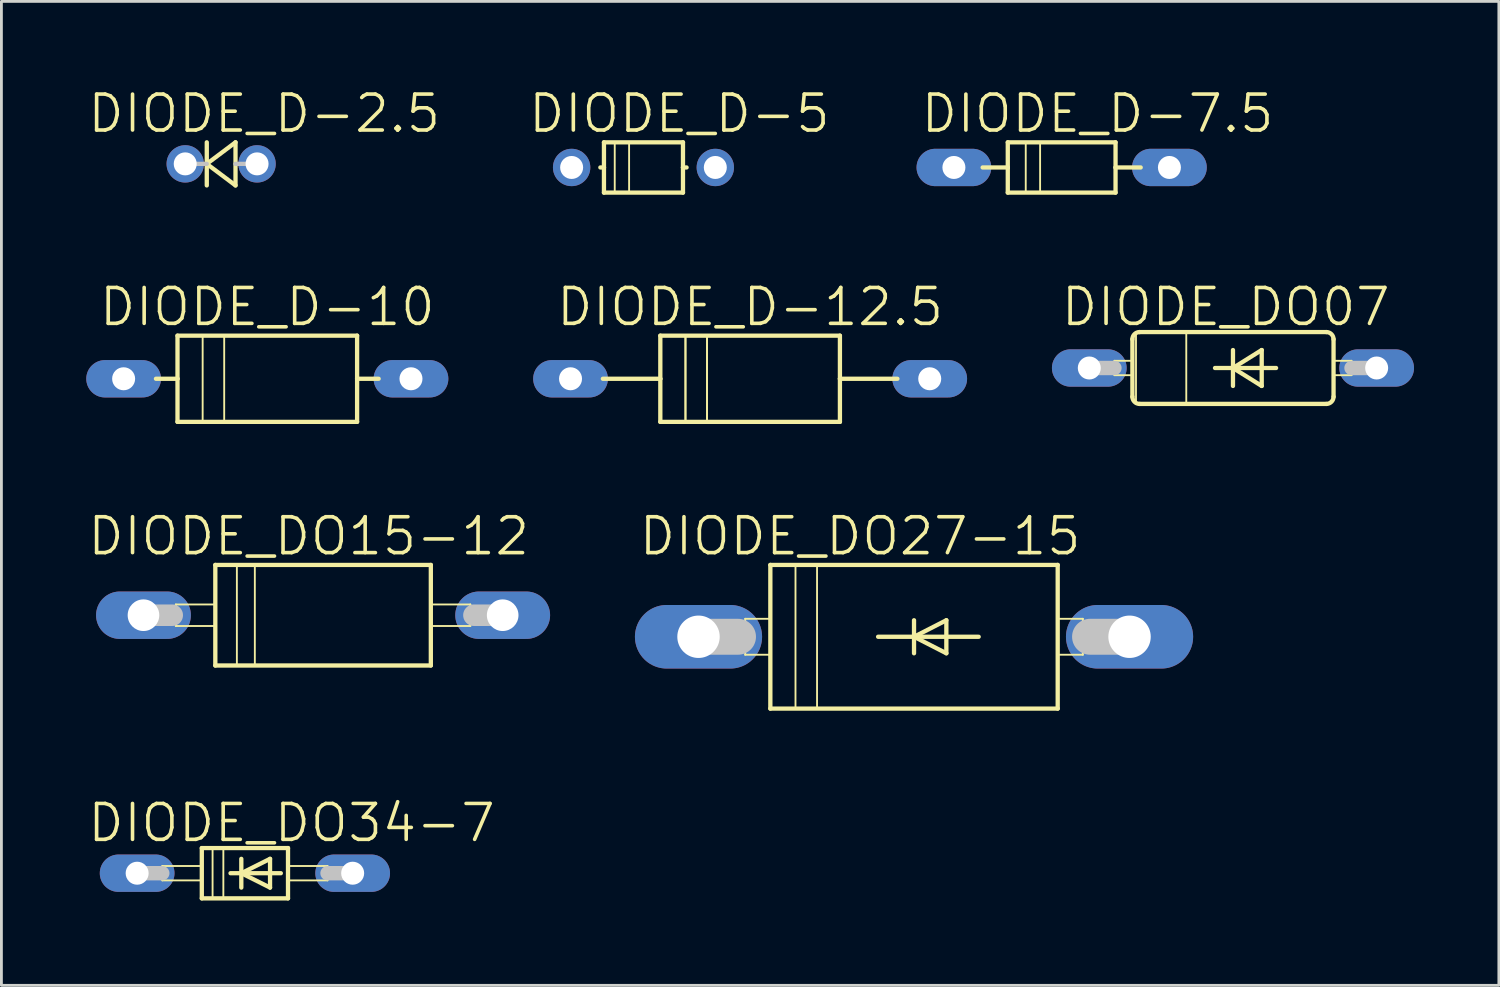
<source format=kicad_pcb>
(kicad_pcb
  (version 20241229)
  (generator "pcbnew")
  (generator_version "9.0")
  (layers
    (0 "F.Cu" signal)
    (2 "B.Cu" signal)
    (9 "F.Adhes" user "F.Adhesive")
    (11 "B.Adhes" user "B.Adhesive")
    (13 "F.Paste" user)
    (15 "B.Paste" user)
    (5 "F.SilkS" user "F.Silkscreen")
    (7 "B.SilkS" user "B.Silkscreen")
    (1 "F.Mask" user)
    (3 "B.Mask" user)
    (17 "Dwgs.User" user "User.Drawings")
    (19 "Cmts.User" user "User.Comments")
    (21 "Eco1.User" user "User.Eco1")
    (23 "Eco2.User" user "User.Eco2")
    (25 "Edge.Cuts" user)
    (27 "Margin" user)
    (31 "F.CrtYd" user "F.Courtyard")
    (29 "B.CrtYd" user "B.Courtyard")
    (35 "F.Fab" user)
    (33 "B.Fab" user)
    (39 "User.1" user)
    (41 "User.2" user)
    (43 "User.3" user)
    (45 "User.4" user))
  (footprint "DIODE_D-12.5"
    (layer "F.Cu")
    (at 23.472 10.342)
    (property "Reference" "DIODE_D-12.5" (at 0 -2.54 0) (layer "F.SilkS") (effects (font (size 1.27 1.27) (thickness 0.127))))
    (attr exclude_from_pos_files exclude_from_bom)
    (fp_line (start -3.175 -1.524) (end -3.175 0) (stroke (width 0.152) (type solid)) (layer "F.SilkS"))
    (fp_line (start -3.175 0) (end -5.207 0) (stroke (width 0.152) (type solid)) (layer "F.SilkS"))
    (fp_line (start -3.175 0) (end -3.175 1.524) (stroke (width 0.152) (type solid)) (layer "F.SilkS"))
    (fp_line (start -3.175 1.524) (end 3.175 1.524) (stroke (width 0.152) (type solid)) (layer "F.SilkS"))
    (fp_line (start -2.286 -1.524) (end -1.524 -1.524) (stroke (width 0.066) (type solid)) (layer "F.SilkS"))
    (fp_line (start -2.286 -1.524) (end -1.524 -1.524) (stroke (width 0.066) (type solid)) (layer "F.SilkS"))
    (fp_line (start -2.286 1.524) (end -2.286 -1.524) (stroke (width 0.066) (type solid)) (layer "F.SilkS"))
    (fp_line (start -2.286 1.524) (end -2.286 -1.524) (stroke (width 0.066) (type solid)) (layer "F.SilkS"))
    (fp_line (start -2.286 1.524) (end -1.524 1.524) (stroke (width 0.066) (type solid)) (layer "F.SilkS"))
    (fp_line (start -2.286 1.524) (end -1.524 1.524) (stroke (width 0.066) (type solid)) (layer "F.SilkS"))
    (fp_line (start -1.524 1.524) (end -1.524 -1.524) (stroke (width 0.066) (type solid)) (layer "F.SilkS"))
    (fp_line (start -1.524 1.524) (end -1.524 -1.524) (stroke (width 0.066) (type solid)) (layer "F.SilkS"))
    (fp_line (start 3.175 -1.524) (end -3.175 -1.524) (stroke (width 0.152) (type solid)) (layer "F.SilkS"))
    (fp_line (start 3.175 0) (end 3.175 -1.524) (stroke (width 0.152) (type solid)) (layer "F.SilkS"))
    (fp_line (start 3.175 1.524) (end 3.175 0) (stroke (width 0.152) (type solid)) (layer "F.SilkS"))
    (fp_line (start 5.207 0) (end 3.175 0) (stroke (width 0.152) (type solid)) (layer "F.SilkS"))
    (pad "A" thru_hole oval (at 6.35 0 90) (size 1.321 2.642) (drill 0.813) (layers "*.Cu" "*.Paste" "*.Mask"))
    (pad "C" thru_hole oval (at -6.35 0 90) (size 1.321 2.642) (drill 0.813) (layers "*.Cu" "*.Paste" "*.Mask")))
  (footprint "DIODE_D-2.5"
    (layer "F.Cu")
    (at 4.769 2.744)
    (property "Reference" "DIODE_D-2.5" (at 1.524 -1.778 0) (layer "F.SilkS") (effects (font (size 1.27 1.27) (thickness 0.127))))
    (attr exclude_from_pos_files exclude_from_bom)
    (fp_line (start -0.508 -0.762) (end -0.508 0) (stroke (width 0.152) (type solid)) (layer "F.SilkS"))
    (fp_line (start -0.508 0) (end -0.508 0.762) (stroke (width 0.152) (type solid)) (layer "F.SilkS"))
    (fp_line (start -0.508 0) (end 0.508 0.762) (stroke (width 0.152) (type solid)) (layer "F.SilkS"))
    (fp_line (start 0.508 -0.762) (end -0.508 0) (stroke (width 0.152) (type solid)) (layer "F.SilkS"))
    (fp_line (start 0.508 0.762) (end 0.508 -0.762) (stroke (width 0.152) (type solid)) (layer "F.SilkS"))
    (fp_line (start -0.508 0) (end -1.27 0) (stroke (width 0.152) (type solid)) (layer "Dwgs.User"))
    (fp_line (start 1.27 0) (end 0.508 0) (stroke (width 0.152) (type solid)) (layer "Dwgs.User"))
    (pad "A" thru_hole circle (at 1.27 0) (size 1.321 1.321) (drill 0.813) (layers "*.Cu" "*.Paste" "*.Mask"))
    (pad "C" thru_hole circle (at -1.27 0) (size 1.321 1.321) (drill 0.813) (layers "*.Cu" "*.Paste" "*.Mask")))
  (footprint "DIODE_DO27-15"
    (layer "F.Cu")
    (at 29.267 19.464)
    (property "Reference" "DIODE_DO27-15" (at -1.905 -3.556 0) (layer "F.SilkS") (effects (font (size 1.27 1.27) (thickness 0.127))))
    (attr exclude_from_pos_files exclude_from_bom)
    (fp_line (start -5.969 -0.635) (end -5.08 -0.635) (stroke (width 0.066) (type solid)) (layer "F.SilkS"))
    (fp_line (start -5.969 0.635) (end -5.969 -0.635) (stroke (width 0.066) (type solid)) (layer "F.SilkS"))
    (fp_line (start -5.969 0.635) (end -5.08 0.635) (stroke (width 0.066) (type solid)) (layer "F.SilkS"))
    (fp_line (start -5.08 -2.54) (end 5.08 -2.54) (stroke (width 0.152) (type solid)) (layer "F.SilkS"))
    (fp_line (start -5.08 0.635) (end -5.08 -0.635) (stroke (width 0.066) (type solid)) (layer "F.SilkS"))
    (fp_line (start -5.08 2.54) (end -5.08 -2.54) (stroke (width 0.152) (type solid)) (layer "F.SilkS"))
    (fp_line (start -4.191 -2.54) (end -3.429 -2.54) (stroke (width 0.066) (type solid)) (layer "F.SilkS"))
    (fp_line (start -4.191 2.54) (end -4.191 -2.54) (stroke (width 0.066) (type solid)) (layer "F.SilkS"))
    (fp_line (start -4.191 2.54) (end -3.429 2.54) (stroke (width 0.066) (type solid)) (layer "F.SilkS"))
    (fp_line (start -3.429 2.54) (end -3.429 -2.54) (stroke (width 0.066) (type solid)) (layer "F.SilkS"))
    (fp_line (start -1.27 0) (end 0 0) (stroke (width 0.152) (type solid)) (layer "F.SilkS"))
    (fp_line (start 0 -0.584) (end 0 0) (stroke (width 0.152) (type solid)) (layer "F.SilkS"))
    (fp_line (start 0 0) (end 0 0.584) (stroke (width 0.152) (type solid)) (layer "F.SilkS"))
    (fp_line (start 0 0) (end 1.143 -0.584) (stroke (width 0.152) (type solid)) (layer "F.SilkS"))
    (fp_line (start 0 0) (end 2.286 0) (stroke (width 0.152) (type solid)) (layer "F.SilkS"))
    (fp_line (start 1.143 -0.584) (end 1.143 0.584) (stroke (width 0.152) (type solid)) (layer "F.SilkS"))
    (fp_line (start 1.143 0.584) (end 0 0) (stroke (width 0.152) (type solid)) (layer "F.SilkS"))
    (fp_line (start 5.08 -2.54) (end 5.08 2.54) (stroke (width 0.152) (type solid)) (layer "F.SilkS"))
    (fp_line (start 5.08 -0.635) (end 5.969 -0.635) (stroke (width 0.066) (type solid)) (layer "F.SilkS"))
    (fp_line (start 5.08 0.635) (end 5.08 -0.635) (stroke (width 0.066) (type solid)) (layer "F.SilkS"))
    (fp_line (start 5.08 0.635) (end 5.969 0.635) (stroke (width 0.066) (type solid)) (layer "F.SilkS"))
    (fp_line (start 5.08 2.54) (end -5.08 2.54) (stroke (width 0.152) (type solid)) (layer "F.SilkS"))
    (fp_line (start 5.969 0.635) (end 5.969 -0.635) (stroke (width 0.066) (type solid)) (layer "F.SilkS"))
    (fp_line (start -7.62 0) (end -6.223 0) (stroke (width 1.27) (type solid)) (layer "Dwgs.User"))
    (fp_line (start 7.62 0) (end 6.223 0) (stroke (width 1.27) (type solid)) (layer "Dwgs.User"))
    (pad "A" thru_hole oval (at 7.62 0 90) (size 2.248 4.496) (drill 1.499) (layers "*.Cu" "*.Paste" "*.Mask"))
    (pad "C" thru_hole oval (at -7.62 0 90) (size 2.248 4.496) (drill 1.499) (layers "*.Cu" "*.Paste" "*.Mask")))
  (footprint "DIODE_D-5"
    (layer "F.Cu")
    (at 19.701 2.871)
    (property "Reference" "DIODE_D-5" (at 1.27 -1.905 0) (layer "F.SilkS") (effects (font (size 1.27 1.27) (thickness 0.127))))
    (attr exclude_from_pos_files exclude_from_bom)
    (fp_line (start -1.397 -0.889) (end -1.397 0) (stroke (width 0.152) (type solid)) (layer "F.SilkS"))
    (fp_line (start -1.397 0) (end -1.524 0) (stroke (width 0.152) (type solid)) (layer "F.SilkS"))
    (fp_line (start -1.397 0) (end -1.397 0.889) (stroke (width 0.152) (type solid)) (layer "F.SilkS"))
    (fp_line (start -1.397 0.889) (end 1.397 0.889) (stroke (width 0.152) (type solid)) (layer "F.SilkS"))
    (fp_line (start -1.016 -0.889) (end -0.508 -0.889) (stroke (width 0.066) (type solid)) (layer "F.SilkS"))
    (fp_line (start -1.016 0.889) (end -1.016 -0.889) (stroke (width 0.066) (type solid)) (layer "F.SilkS"))
    (fp_line (start -1.016 0.889) (end -0.508 0.889) (stroke (width 0.066) (type solid)) (layer "F.SilkS"))
    (fp_line (start -0.508 0.889) (end -0.508 -0.889) (stroke (width 0.066) (type solid)) (layer "F.SilkS"))
    (fp_line (start 1.397 -0.889) (end -1.397 -0.889) (stroke (width 0.152) (type solid)) (layer "F.SilkS"))
    (fp_line (start 1.397 0) (end 1.397 -0.889) (stroke (width 0.152) (type solid)) (layer "F.SilkS"))
    (fp_line (start 1.397 0.889) (end 1.397 0) (stroke (width 0.152) (type solid)) (layer "F.SilkS"))
    (fp_line (start 1.524 0) (end 1.397 0) (stroke (width 0.152) (type solid)) (layer "F.SilkS"))
    (pad "A" thru_hole circle (at 2.54 0) (size 1.321 1.321) (drill 0.813) (layers "*.Cu" "*.Paste" "*.Mask"))
    (pad "C" thru_hole circle (at -2.54 0) (size 1.321 1.321) (drill 0.813) (layers "*.Cu" "*.Paste" "*.Mask")))
  (footprint "DIODE_DO15-12"
    (layer "F.Cu")
    (at 8.373 18.702)
    (property "Reference" "DIODE_DO15-12" (at -0.508 -2.794 0) (layer "F.SilkS") (effects (font (size 1.27 1.27) (thickness 0.127))))
    (attr exclude_from_pos_files exclude_from_bom)
    (fp_line (start -5.207 -0.381) (end -3.81 -0.381) (stroke (width 0.066) (type solid)) (layer "F.SilkS"))
    (fp_line (start -5.207 0.381) (end -5.207 -0.381) (stroke (width 0.066) (type solid)) (layer "F.SilkS"))
    (fp_line (start -5.207 0.381) (end -3.81 0.381) (stroke (width 0.066) (type solid)) (layer "F.SilkS"))
    (fp_line (start -3.81 -1.778) (end -3.81 1.778) (stroke (width 0.152) (type solid)) (layer "F.SilkS"))
    (fp_line (start -3.81 0.381) (end -3.81 -0.381) (stroke (width 0.066) (type solid)) (layer "F.SilkS"))
    (fp_line (start -3.81 1.778) (end 3.81 1.778) (stroke (width 0.152) (type solid)) (layer "F.SilkS"))
    (fp_line (start -3.048 -1.778) (end -2.413 -1.778) (stroke (width 0.066) (type solid)) (layer "F.SilkS"))
    (fp_line (start -3.048 1.778) (end -3.048 -1.778) (stroke (width 0.066) (type solid)) (layer "F.SilkS"))
    (fp_line (start -3.048 1.778) (end -2.413 1.778) (stroke (width 0.066) (type solid)) (layer "F.SilkS"))
    (fp_line (start -2.413 1.778) (end -2.413 -1.778) (stroke (width 0.066) (type solid)) (layer "F.SilkS"))
    (fp_line (start 3.81 -1.778) (end -3.81 -1.778) (stroke (width 0.152) (type solid)) (layer "F.SilkS"))
    (fp_line (start 3.81 -0.381) (end 5.207 -0.381) (stroke (width 0.066) (type solid)) (layer "F.SilkS"))
    (fp_line (start 3.81 0.381) (end 3.81 -0.381) (stroke (width 0.066) (type solid)) (layer "F.SilkS"))
    (fp_line (start 3.81 0.381) (end 5.207 0.381) (stroke (width 0.066) (type solid)) (layer "F.SilkS"))
    (fp_line (start 3.81 1.778) (end 3.81 -1.778) (stroke (width 0.152) (type solid)) (layer "F.SilkS"))
    (fp_line (start 5.207 0.381) (end 5.207 -0.381) (stroke (width 0.066) (type solid)) (layer "F.SilkS"))
    (fp_line (start -6.35 0) (end -5.334 0) (stroke (width 0.762) (type solid)) (layer "Dwgs.User"))
    (fp_line (start 6.35 0) (end 5.334 0) (stroke (width 0.762) (type solid)) (layer "Dwgs.User"))
    (pad "A" thru_hole oval (at 6.35 0 90) (size 1.676 3.353) (drill 1.118) (layers "*.Cu" "*.Paste" "*.Mask"))
    (pad "C" thru_hole oval (at -6.35 0 90) (size 1.676 3.353) (drill 1.118) (layers "*.Cu" "*.Paste" "*.Mask")))
  (footprint "DIODE_DO07"
    (layer "F.Cu")
    (at 40.544 9.961)
    (property "Reference" "DIODE_DO07" (at -0.254 -2.159 0) (layer "F.SilkS") (effects (font (size 1.27 1.27) (thickness 0.127))))
    (attr exclude_from_pos_files exclude_from_bom)
    (fp_line (start -4.191 -0.254) (end -3.556 -0.254) (stroke (width 0.066) (type solid)) (layer "F.SilkS"))
    (fp_line (start -4.191 0.254) (end -4.191 -0.254) (stroke (width 0.066) (type solid)) (layer "F.SilkS"))
    (fp_line (start -4.191 0.254) (end -3.556 0.254) (stroke (width 0.066) (type solid)) (layer "F.SilkS"))
    (fp_line (start -3.556 -1.016) (end -3.556 1.016) (stroke (width 0.152) (type solid)) (layer "F.SilkS"))
    (fp_line (start -3.556 0.254) (end -3.556 -0.254) (stroke (width 0.066) (type solid)) (layer "F.SilkS"))
    (fp_line (start -3.429 -1.27) (end -1.651 -1.27) (stroke (width 0.066) (type solid)) (layer "F.SilkS"))
    (fp_line (start -3.429 1.27) (end -3.429 -1.27) (stroke (width 0.066) (type solid)) (layer "F.SilkS"))
    (fp_line (start -3.429 1.27) (end -1.651 1.27) (stroke (width 0.066) (type solid)) (layer "F.SilkS"))
    (fp_line (start -3.302 -1.27) (end 3.302 -1.27) (stroke (width 0.152) (type solid)) (layer "F.SilkS"))
    (fp_line (start -3.302 1.27) (end 3.302 1.27) (stroke (width 0.152) (type solid)) (layer "F.SilkS"))
    (fp_line (start -1.651 1.27) (end -1.651 -1.27) (stroke (width 0.066) (type solid)) (layer "F.SilkS"))
    (fp_line (start -0.635 0) (end 0 0) (stroke (width 0.152) (type solid)) (layer "F.SilkS"))
    (fp_line (start 0 -0.635) (end 0 0) (stroke (width 0.152) (type solid)) (layer "F.SilkS"))
    (fp_line (start 0 0) (end 0 0.635) (stroke (width 0.152) (type solid)) (layer "F.SilkS"))
    (fp_line (start 0 0) (end 1.016 -0.635) (stroke (width 0.152) (type solid)) (layer "F.SilkS"))
    (fp_line (start 0 0) (end 1.524 0) (stroke (width 0.152) (type solid)) (layer "F.SilkS"))
    (fp_line (start 1.016 -0.635) (end 1.016 0.635) (stroke (width 0.152) (type solid)) (layer "F.SilkS"))
    (fp_line (start 1.016 0.635) (end 0 0) (stroke (width 0.152) (type solid)) (layer "F.SilkS"))
    (fp_line (start 3.556 -0.254) (end 4.191 -0.254) (stroke (width 0.066) (type solid)) (layer "F.SilkS"))
    (fp_line (start 3.556 0.254) (end 3.556 -0.254) (stroke (width 0.066) (type solid)) (layer "F.SilkS"))
    (fp_line (start 3.556 0.254) (end 4.191 0.254) (stroke (width 0.066) (type solid)) (layer "F.SilkS"))
    (fp_line (start 3.556 1.016) (end 3.556 -1.016) (stroke (width 0.152) (type solid)) (layer "F.SilkS"))
    (fp_line (start 4.191 0.254) (end 4.191 -0.254) (stroke (width 0.066) (type solid)) (layer "F.SilkS"))
    (fp_arc (start -3.556 -1.016) (mid -3.481605 -1.195605) (end -3.302 -1.27) (stroke (width 0.1524) (type solid)) (layer "F.SilkS"))
    (fp_arc (start -3.302 1.27) (mid -3.481605 1.195605) (end -3.556 1.016) (stroke (width 0.1524) (type solid)) (layer "F.SilkS"))
    (fp_arc (start 3.302 -1.27) (mid 3.481605 -1.195605) (end 3.556 -1.016) (stroke (width 0.1524) (type solid)) (layer "F.SilkS"))
    (fp_arc (start 3.556 1.016) (mid 3.481605 1.195605) (end 3.302 1.27) (stroke (width 0.1524) (type solid)) (layer "F.SilkS"))
    (fp_line (start -5.08 0) (end -4.191 0) (stroke (width 0.508) (type solid)) (layer "Dwgs.User"))
    (fp_line (start 5.08 0) (end 4.191 0) (stroke (width 0.508) (type solid)) (layer "Dwgs.User"))
    (pad "A" thru_hole oval (at 5.08 0 90) (size 1.321 2.642) (drill 0.813) (layers "*.Cu" "*.Paste" "*.Mask"))
    (pad "C" thru_hole oval (at -5.08 0 90) (size 1.321 2.642) (drill 0.813) (layers "*.Cu" "*.Paste" "*.Mask")))
  (footprint "DIODE_D-10"
    (layer "F.Cu")
    (at 6.401 10.342)
    (property "Reference" "DIODE_D-10" (at 0 -2.54 0) (layer "F.SilkS") (effects (font (size 1.27 1.27) (thickness 0.127))))
    (attr exclude_from_pos_files exclude_from_bom)
    (fp_line (start -3.175 -1.524) (end -3.175 0) (stroke (width 0.152) (type solid)) (layer "F.SilkS"))
    (fp_line (start -3.175 0) (end -3.937 0) (stroke (width 0.152) (type solid)) (layer "F.SilkS"))
    (fp_line (start -3.175 0) (end -3.175 1.524) (stroke (width 0.152) (type solid)) (layer "F.SilkS"))
    (fp_line (start -3.175 1.524) (end 3.175 1.524) (stroke (width 0.152) (type solid)) (layer "F.SilkS"))
    (fp_line (start -2.286 -1.524) (end -1.524 -1.524) (stroke (width 0.066) (type solid)) (layer "F.SilkS"))
    (fp_line (start -2.286 1.524) (end -2.286 -1.524) (stroke (width 0.066) (type solid)) (layer "F.SilkS"))
    (fp_line (start -2.286 1.524) (end -1.524 1.524) (stroke (width 0.066) (type solid)) (layer "F.SilkS"))
    (fp_line (start -1.524 1.524) (end -1.524 -1.524) (stroke (width 0.066) (type solid)) (layer "F.SilkS"))
    (fp_line (start 3.175 -1.524) (end -3.175 -1.524) (stroke (width 0.152) (type solid)) (layer "F.SilkS"))
    (fp_line (start 3.175 0) (end 3.175 -1.524) (stroke (width 0.152) (type solid)) (layer "F.SilkS"))
    (fp_line (start 3.175 1.524) (end 3.175 0) (stroke (width 0.152) (type solid)) (layer "F.SilkS"))
    (fp_line (start 3.937 0) (end 3.175 0) (stroke (width 0.152) (type solid)) (layer "F.SilkS"))
    (pad "A" thru_hole oval (at 5.08 0 90) (size 1.321 2.642) (drill 0.813) (layers "*.Cu" "*.Paste" "*.Mask"))
    (pad "C" thru_hole oval (at -5.08 0 90) (size 1.321 2.642) (drill 0.813) (layers "*.Cu" "*.Paste" "*.Mask")))
  (footprint "DIODE_D-7.5"
    (layer "F.Cu")
    (at 34.487 2.871)
    (property "Reference" "DIODE_D-7.5" (at 1.27 -1.905 0) (layer "F.SilkS") (effects (font (size 1.27 1.27) (thickness 0.127))))
    (attr exclude_from_pos_files exclude_from_bom)
    (fp_line (start -1.905 -0.889) (end -1.905 0) (stroke (width 0.152) (type solid)) (layer "F.SilkS"))
    (fp_line (start -1.905 0) (end -2.794 0) (stroke (width 0.152) (type solid)) (layer "F.SilkS"))
    (fp_line (start -1.905 0) (end -1.905 0.889) (stroke (width 0.152) (type solid)) (layer "F.SilkS"))
    (fp_line (start -1.905 0.889) (end 1.905 0.889) (stroke (width 0.152) (type solid)) (layer "F.SilkS"))
    (fp_line (start -1.27 -0.889) (end -0.762 -0.889) (stroke (width 0.066) (type solid)) (layer "F.SilkS"))
    (fp_line (start -1.27 0.889) (end -1.27 -0.889) (stroke (width 0.066) (type solid)) (layer "F.SilkS"))
    (fp_line (start -1.27 0.889) (end -0.762 0.889) (stroke (width 0.066) (type solid)) (layer "F.SilkS"))
    (fp_line (start -0.762 0.889) (end -0.762 -0.889) (stroke (width 0.066) (type solid)) (layer "F.SilkS"))
    (fp_line (start 1.905 -0.889) (end -1.905 -0.889) (stroke (width 0.152) (type solid)) (layer "F.SilkS"))
    (fp_line (start 1.905 0) (end 1.905 -0.889) (stroke (width 0.152) (type solid)) (layer "F.SilkS"))
    (fp_line (start 1.905 0.889) (end 1.905 0) (stroke (width 0.152) (type solid)) (layer "F.SilkS"))
    (fp_line (start 2.794 0) (end 1.905 0) (stroke (width 0.152) (type solid)) (layer "F.SilkS"))
    (pad "A" thru_hole oval (at 3.81 0 90) (size 1.321 2.642) (drill 0.813) (layers "*.Cu" "*.Paste" "*.Mask"))
    (pad "C" thru_hole oval (at -3.81 0 90) (size 1.321 2.642) (drill 0.813) (layers "*.Cu" "*.Paste" "*.Mask")))
  (footprint "DIODE_DO34-7"
    (layer "F.Cu")
    (at 5.609 27.824)
    (property "Reference" "DIODE_DO34-7" (at 1.651 -1.778 0) (layer "F.SilkS") (effects (font (size 1.27 1.27) (thickness 0.127))))
    (attr exclude_from_pos_files exclude_from_bom)
    (fp_line (start -2.921 -0.254) (end -1.524 -0.254) (stroke (width 0.066) (type solid)) (layer "F.SilkS"))
    (fp_line (start -2.921 0.254) (end -2.921 -0.254) (stroke (width 0.066) (type solid)) (layer "F.SilkS"))
    (fp_line (start -2.921 0.254) (end -1.524 0.254) (stroke (width 0.066) (type solid)) (layer "F.SilkS"))
    (fp_line (start -1.524 -0.889) (end -1.524 0.889) (stroke (width 0.152) (type solid)) (layer "F.SilkS"))
    (fp_line (start -1.524 0.254) (end -1.524 -0.254) (stroke (width 0.066) (type solid)) (layer "F.SilkS"))
    (fp_line (start -1.524 0.889) (end 1.524 0.889) (stroke (width 0.152) (type solid)) (layer "F.SilkS"))
    (fp_line (start -1.143 -0.889) (end -0.762 -0.889) (stroke (width 0.066) (type solid)) (layer "F.SilkS"))
    (fp_line (start -1.143 0.889) (end -1.143 -0.889) (stroke (width 0.066) (type solid)) (layer "F.SilkS"))
    (fp_line (start -1.143 0.889) (end -0.762 0.889) (stroke (width 0.066) (type solid)) (layer "F.SilkS"))
    (fp_line (start -0.762 0.889) (end -0.762 -0.889) (stroke (width 0.066) (type solid)) (layer "F.SilkS"))
    (fp_line (start -0.508 0) (end -0.127 0) (stroke (width 0.152) (type solid)) (layer "F.SilkS"))
    (fp_line (start -0.127 -0.508) (end -0.127 0) (stroke (width 0.152) (type solid)) (layer "F.SilkS"))
    (fp_line (start -0.127 0) (end -0.127 0.508) (stroke (width 0.152) (type solid)) (layer "F.SilkS"))
    (fp_line (start -0.127 0) (end 0.889 -0.508) (stroke (width 0.152) (type solid)) (layer "F.SilkS"))
    (fp_line (start -0.127 0) (end 1.27 0) (stroke (width 0.152) (type solid)) (layer "F.SilkS"))
    (fp_line (start 0.889 -0.508) (end 0.889 0.508) (stroke (width 0.152) (type solid)) (layer "F.SilkS"))
    (fp_line (start 0.889 0.508) (end -0.127 0) (stroke (width 0.152) (type solid)) (layer "F.SilkS"))
    (fp_line (start 1.524 -0.889) (end -1.524 -0.889) (stroke (width 0.152) (type solid)) (layer "F.SilkS"))
    (fp_line (start 1.524 -0.254) (end 2.921 -0.254) (stroke (width 0.066) (type solid)) (layer "F.SilkS"))
    (fp_line (start 1.524 0.254) (end 1.524 -0.254) (stroke (width 0.066) (type solid)) (layer "F.SilkS"))
    (fp_line (start 1.524 0.254) (end 2.921 0.254) (stroke (width 0.066) (type solid)) (layer "F.SilkS"))
    (fp_line (start 1.524 0.889) (end 1.524 -0.889) (stroke (width 0.152) (type solid)) (layer "F.SilkS"))
    (fp_line (start 2.921 0.254) (end 2.921 -0.254) (stroke (width 0.066) (type solid)) (layer "F.SilkS"))
    (fp_line (start -3.81 0) (end -2.921 0) (stroke (width 0.508) (type solid)) (layer "Dwgs.User"))
    (fp_line (start 3.81 0) (end 2.921 0) (stroke (width 0.508) (type solid)) (layer "Dwgs.User"))
    (pad "A" thru_hole oval (at 3.81 0 90) (size 1.321 2.642) (drill 0.813) (layers "*.Cu" "*.Paste" "*.Mask"))
    (pad "C" thru_hole oval (at -3.81 0 90) (size 1.321 2.642) (drill 0.813) (layers "*.Cu" "*.Paste" "*.Mask")))
  (gr_rect
    (start -3 -3)
    (end 49.945 31.789)
    (stroke (width 0.1) (type default))
    (fill no)
    (layer "Edge.Cuts")))
</source>
